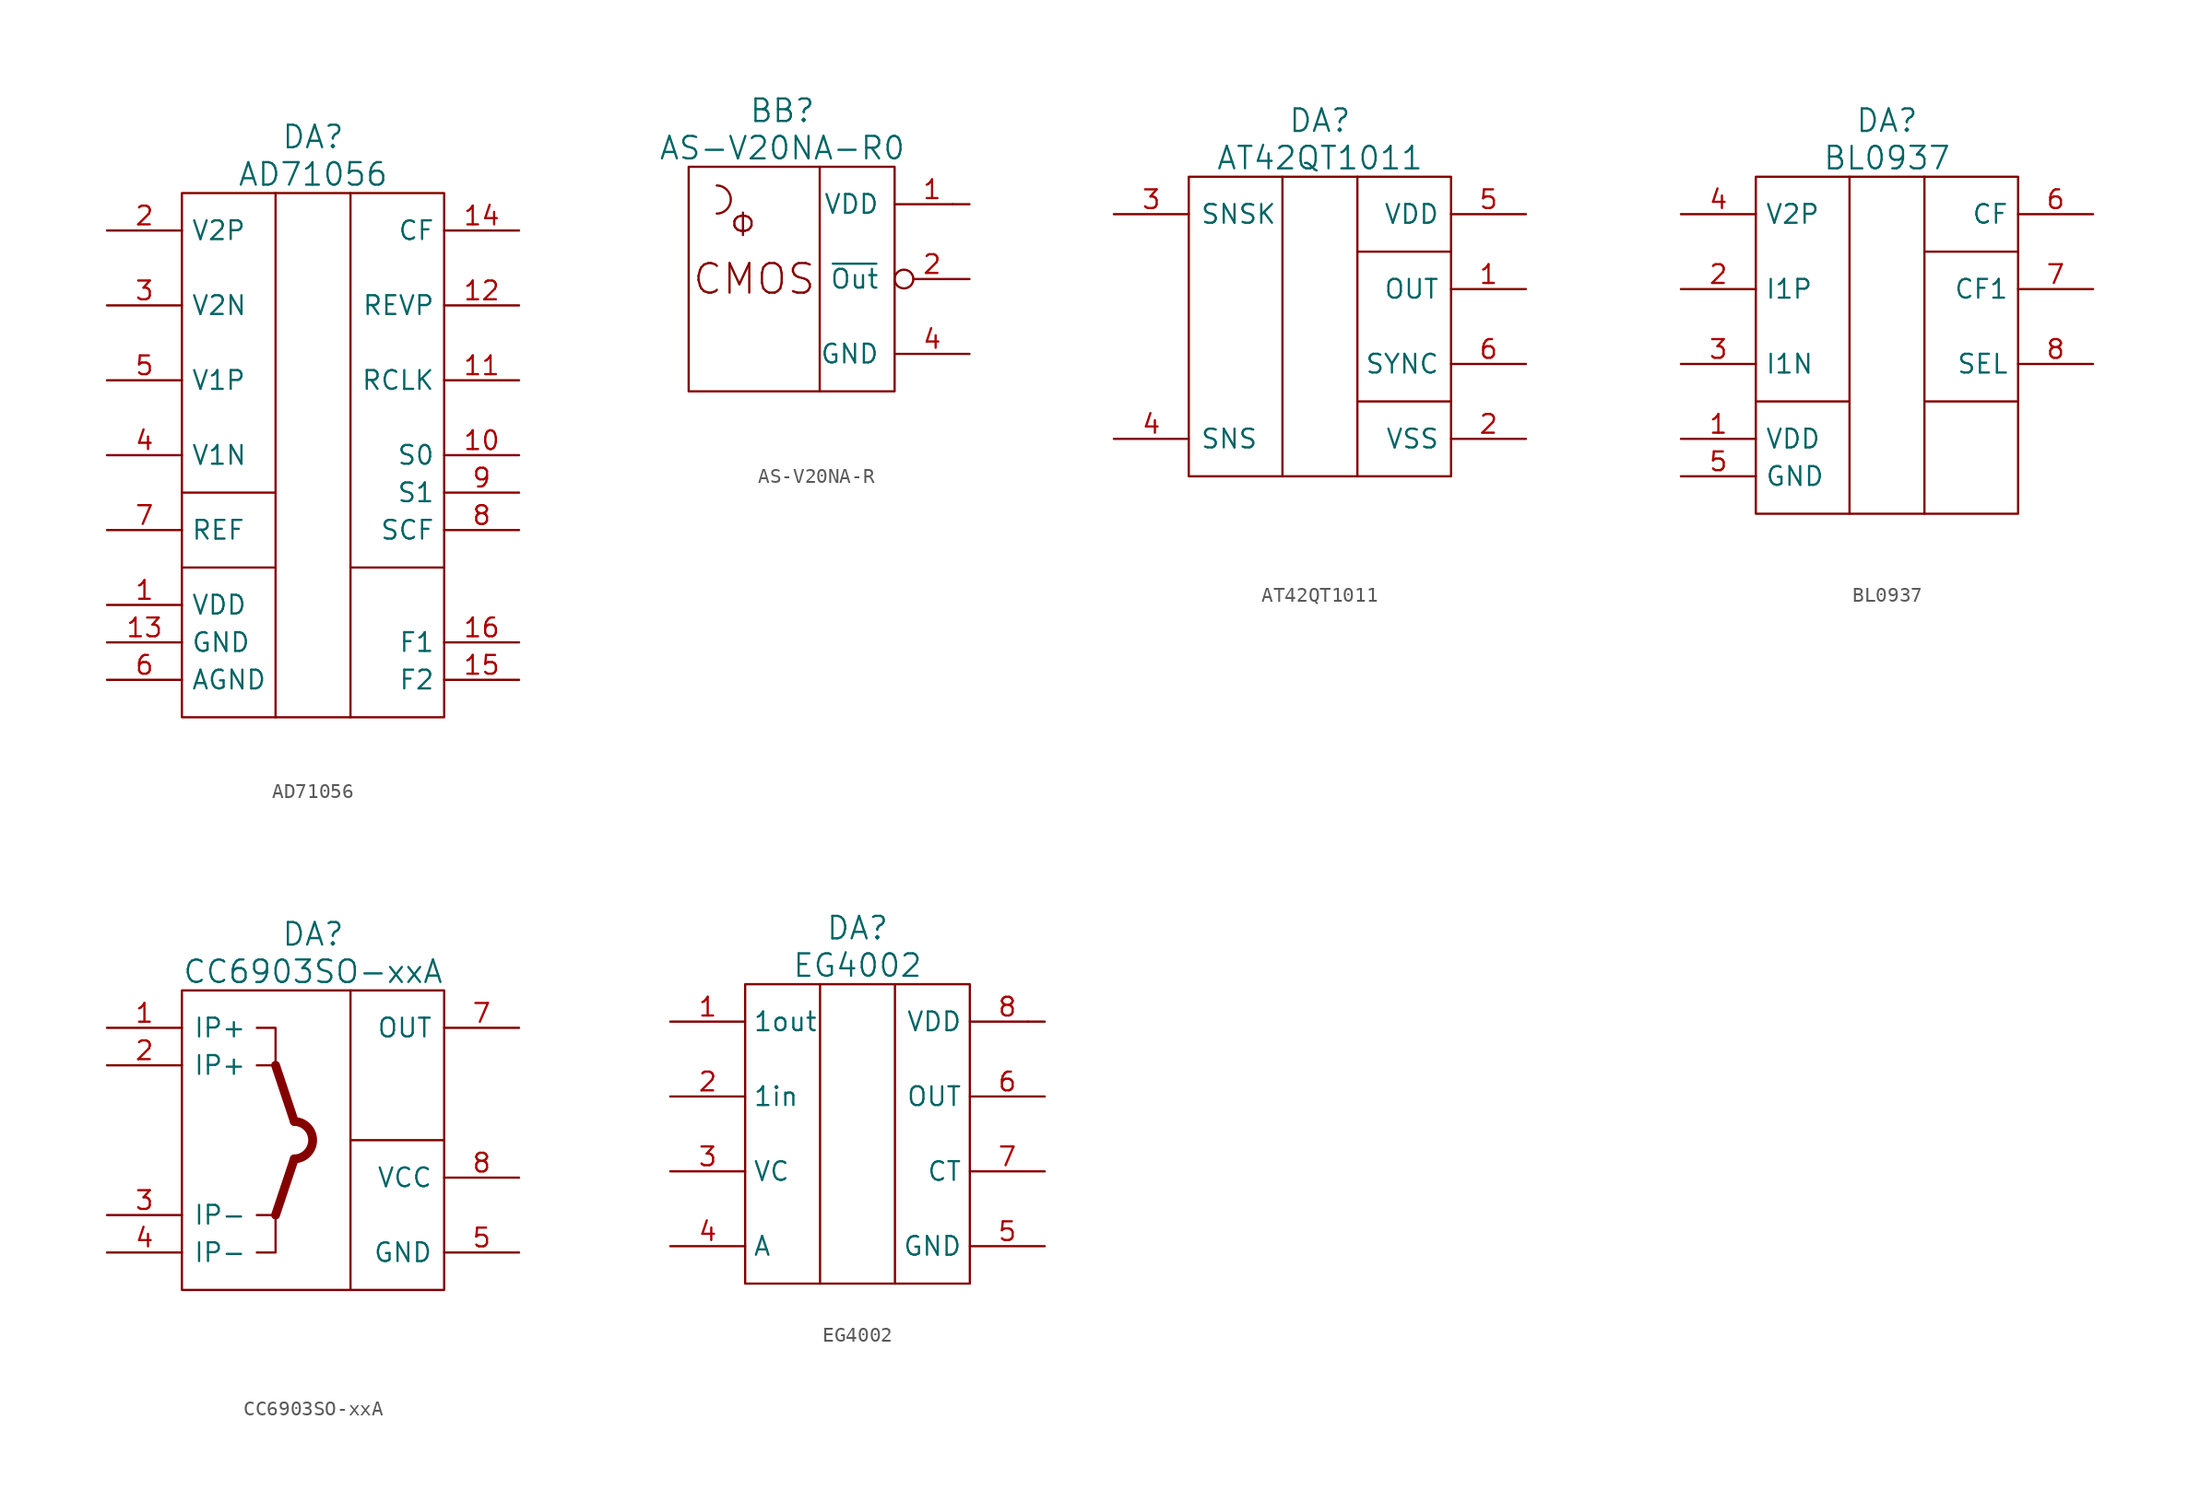
<source format=kicad_sym>
(kicad_symbol_lib
  (version 20220914)
  (generator kicad_symbol_editor)
  (symbol "AD71056"
    (pin_names
      (offset 0.61))
    (property "Reference" "DA"
      (at 0 21.59 0)
      (effects (font (size 1.524 1.524))))
    (property "Value" "AD71056"
      (at 0 19.05 0)
      (effects (font (size 1.524 1.524))))
    (property "Datasheet" ""
      (at 0 -6.35 0)
      (effects (font (size 1.524 1.524))))
    (symbol "AD71056_0_1"
      (rectangle (start -8.89 17.78) (end 8.89 -17.78) (stroke (width 0) (type solid)) (fill (type none)))
      (polyline (pts (xy -8.89 -7.62) (xy -2.54 -7.62)) (stroke (width 0) (type solid)) (fill (type none)))
      (polyline (pts (xy -8.89 -2.54) (xy -2.54 -2.54)) (stroke (width 0) (type solid)) (fill (type none)))
      (polyline (pts (xy -2.54 17.78) (xy -2.54 3.81) (xy -2.54 -17.78)) (stroke (width 0) (type solid)) (fill (type none)))
      (polyline (pts (xy 8.89 -7.62) (xy 2.54 -7.62) (xy 2.54 -7.62)) (stroke (width 0) (type solid)) (fill (type none)))
      (polyline (pts (xy 2.54 -17.78) (xy 2.54 17.78) (xy 2.54 17.78) (xy 2.54 17.78)) (stroke (width 0) (type solid)) (fill (type none))))
    (symbol "AD71056_1_1"
      (pin power_in line (at -13.97 -10.16 0) (length 5.08) (name "VDD" (effects (font (size 1.27 1.27)))) (number "1" (effects (font (size 1.27 1.27)))))
      (pin passive line (at 13.97 0 180) (length 5.08) (name "S0" (effects (font (size 1.27 1.27)))) (number "10" (effects (font (size 1.27 1.27)))))
      (pin input line (at 13.97 5.08 180) (length 5.08) (name "RCLK" (effects (font (size 1.27 1.27)))) (number "11" (effects (font (size 1.27 1.27)))))
      (pin passive line (at 13.97 10.16 180) (length 5.08) (name "REVP" (effects (font (size 1.27 1.27)))) (number "12" (effects (font (size 1.27 1.27)))))
      (pin power_in line (at -13.97 -12.7 0) (length 5.08) (name "GND" (effects (font (size 1.27 1.27)))) (number "13" (effects (font (size 1.27 1.27)))))
      (pin input line (at 13.97 15.24 180) (length 5.08) (name "CF" (effects (font (size 1.27 1.27)))) (number "14" (effects (font (size 1.27 1.27)))))
      (pin output line (at 13.97 -15.24 180) (length 5.08) (name "F2" (effects (font (size 1.27 1.27)))) (number "15" (effects (font (size 1.27 1.27)))))
      (pin output line (at 13.97 -12.7 180) (length 5.08) (name "F1" (effects (font (size 1.27 1.27)))) (number "16" (effects (font (size 1.27 1.27)))))
      (pin passive line (at -13.97 15.24 0) (length 5.08) (name "V2P" (effects (font (size 1.27 1.27)))) (number "2" (effects (font (size 1.27 1.27)))))
      (pin passive line (at -13.97 10.16 0) (length 5.08) (name "V2N" (effects (font (size 1.27 1.27)))) (number "3" (effects (font (size 1.27 1.27)))))
      (pin passive line (at -13.97 0 0) (length 5.08) (name "V1N" (effects (font (size 1.27 1.27)))) (number "4" (effects (font (size 1.27 1.27)))))
      (pin passive line (at -13.97 5.08 0) (length 5.08) (name "V1P" (effects (font (size 1.27 1.27)))) (number "5" (effects (font (size 1.27 1.27)))))
      (pin power_in line (at -13.97 -15.24 0) (length 5.08) (name "AGND" (effects (font (size 1.27 1.27)))) (number "6" (effects (font (size 1.27 1.27)))))
      (pin passive line (at -13.97 -5.08 0) (length 5.08) (name "REF" (effects (font (size 1.27 1.27)))) (number "7" (effects (font (size 1.27 1.27)))))
      (pin passive line (at 13.97 -5.08 180) (length 5.08) (name "SCF" (effects (font (size 1.27 1.27)))) (number "8" (effects (font (size 1.27 1.27)))))
      (pin passive line (at 13.97 -2.54 180) (length 5.08) (name "S1" (effects (font (size 1.27 1.27)))) (number "9" (effects (font (size 1.27 1.27)))))))
  (symbol "AS-V20NA-R"
    (pin_names
      (offset 1.016))
    (property "Reference" "BB"
      (at 0 11.43 0)
      (effects (font (size 1.524 1.524))))
    (property "Value" "AS-V20NA-R0"
      (at 0 8.89 0)
      (effects (font (size 1.524 1.524))))
    (property "Datasheet" ""
      (at -2.921 4.318 0)
      (effects (font (size 1.524 1.524))))
    (symbol "AS-V20NA-R_0_0"
      (polyline (pts (xy 2.54 7.62) (xy 2.54 -7.62)) (stroke (width 0) (type solid)) (fill (type none)))
      (text "CMOS" (at -1.905 0 0) (effects (font (size 2.007 2.007))))
      (text "Ф" (at -2.667 3.683 0) (effects (font (size 1.524 1.524)))))
    (symbol "AS-V20NA-R_0_1"
      (rectangle (start -6.35 7.62) (end 7.62 -7.62) (stroke (width 0) (type solid)) (fill (type none)))
      (arc (start -4.445 4.445) (mid -3.4966 5.3975) (end -4.445 6.35) (stroke (width 0) (type solid)) (fill (type none)))
      (polyline (pts (xy 11.557 5.08) (xy 11.557 5.08)) (stroke (width 0) (type solid)) (fill (type none))))
    (symbol "AS-V20NA-R_1_1"
      (pin power_in line (at 12.7 5.08 180) (length 5.08) (name "VDD" (effects (font (size 1.27 1.27)))) (number "1" (effects (font (size 1.27 1.27)))))
      (pin output inverted (at 12.7 0 180) (length 5.08) (name "~{Out}" (effects (font (size 1.27 1.27)))) (number "2" (effects (font (size 1.27 1.27)))))
      (pin no_connect line (at 12.7 -10.16 180) (length 5.08) hide (name "NC" (effects (font (size 1.27 1.27)))) (number "3" (effects (font (size 1.27 1.27)))))
      (pin power_in line (at 12.7 -5.08 180) (length 5.08) (name "GND" (effects (font (size 1.27 1.27)))) (number "4" (effects (font (size 1.27 1.27)))))))
  (symbol "AT42QT1011"
    (pin_names
      (offset 0.762))
    (property "Reference" "DA"
      (at 0 13.97 0)
      (effects (font (size 1.524 1.524))))
    (property "Value" "AT42QT1011"
      (at 0 11.43 0)
      (effects (font (size 1.524 1.524))))
    (property "Datasheet" ""
      (at 0 -13.97 0)
      (effects (font (size 1.524 1.524))))
    (symbol "AT42QT1011_0_1"
      (rectangle (start -8.89 10.16) (end 8.89 -10.16) (stroke (width 0) (type solid)) (fill (type none)))
      (polyline (pts (xy 2.54 -5.08) (xy 8.89 -5.08)) (stroke (width 0) (type solid)) (fill (type none)))
      (polyline (pts (xy -2.54 10.16) (xy -2.54 -3.81) (xy -2.54 -10.16)) (stroke (width 0) (type solid)) (fill (type none)))
      (polyline (pts (xy 8.89 5.08) (xy 2.54 5.08) (xy 2.54 5.08)) (stroke (width 0) (type solid)) (fill (type none)))
      (polyline (pts (xy 2.54 -10.16) (xy 2.54 10.16) (xy 2.54 10.16) (xy 2.54 10.16)) (stroke (width 0) (type solid)) (fill (type none))))
    (symbol "AT42QT1011_1_1"
      (pin output line (at 13.97 2.54 180) (length 5.08) (name "OUT" (effects (font (size 1.27 1.27)))) (number "1" (effects (font (size 1.27 1.27)))))
      (pin power_in line (at 13.97 -7.62 180) (length 5.08) (name "VSS" (effects (font (size 1.27 1.27)))) (number "2" (effects (font (size 1.27 1.27)))))
      (pin input line (at -13.97 7.62 0) (length 5.08) (name "SNSK" (effects (font (size 1.27 1.27)))) (number "3" (effects (font (size 1.27 1.27)))))
      (pin passive line (at -13.97 -7.62 0) (length 5.08) (name "SNS" (effects (font (size 1.27 1.27)))) (number "4" (effects (font (size 1.27 1.27)))))
      (pin power_in line (at 13.97 7.62 180) (length 5.08) (name "VDD" (effects (font (size 1.27 1.27)))) (number "5" (effects (font (size 1.27 1.27)))))
      (pin input line (at 13.97 -2.54 180) (length 5.08) (name "SYNC" (effects (font (size 1.27 1.27)))) (number "6" (effects (font (size 1.27 1.27)))))))
  (symbol "BL0937"
    (pin_names
      (offset 0.61))
    (property "Reference" "DA"
      (at 0 15.24 0)
      (effects (font (size 1.524 1.524))))
    (property "Value" "BL0937"
      (at 0 12.7 0)
      (effects (font (size 1.524 1.524))))
    (property "Datasheet" ""
      (at 0 -12.7 0)
      (effects (font (size 1.524 1.524))))
    (symbol "BL0937_0_1"
      (rectangle (start -8.89 11.43) (end 8.89 -11.43) (stroke (width 0) (type solid)) (fill (type none)))
      (polyline (pts (xy -8.89 -3.81) (xy -2.54 -3.81)) (stroke (width 0) (type solid)) (fill (type none)))
      (polyline (pts (xy 2.54 6.35) (xy 8.89 6.35)) (stroke (width 0) (type solid)) (fill (type none)))
      (polyline (pts (xy -2.54 11.43) (xy -2.54 -2.54) (xy -2.54 -11.43)) (stroke (width 0) (type solid)) (fill (type none)))
      (polyline (pts (xy 8.89 -3.81) (xy 2.54 -3.81) (xy 2.54 -3.81)) (stroke (width 0) (type solid)) (fill (type none)))
      (polyline (pts (xy 2.54 -11.43) (xy 2.54 11.43) (xy 2.54 11.43) (xy 2.54 11.43)) (stroke (width 0) (type solid)) (fill (type none))))
    (symbol "BL0937_1_1"
      (pin power_in line (at -13.97 -6.35 0) (length 5.08) (name "VDD" (effects (font (size 1.27 1.27)))) (number "1" (effects (font (size 1.27 1.27)))))
      (pin passive line (at -13.97 3.81 0) (length 5.08) (name "I1P" (effects (font (size 1.27 1.27)))) (number "2" (effects (font (size 1.27 1.27)))))
      (pin passive line (at -13.97 -1.27 0) (length 5.08) (name "I1N" (effects (font (size 1.27 1.27)))) (number "3" (effects (font (size 1.27 1.27)))))
      (pin passive line (at -13.97 8.89 0) (length 5.08) (name "V2P" (effects (font (size 1.27 1.27)))) (number "4" (effects (font (size 1.27 1.27)))))
      (pin power_in line (at -13.97 -8.89 0) (length 5.08) (name "GND" (effects (font (size 1.27 1.27)))) (number "5" (effects (font (size 1.27 1.27)))))
      (pin input line (at 13.97 8.89 180) (length 5.08) (name "CF" (effects (font (size 1.27 1.27)))) (number "6" (effects (font (size 1.27 1.27)))))
      (pin passive line (at 13.97 3.81 180) (length 5.08) (name "CF1" (effects (font (size 1.27 1.27)))) (number "7" (effects (font (size 1.27 1.27)))))
      (pin passive line (at 13.97 -1.27 180) (length 5.08) (name "SEL" (effects (font (size 1.27 1.27)))) (number "8" (effects (font (size 1.27 1.27)))))))
  (symbol "CC6903SO-xxA"
    (pin_names
      (offset 0.762))
    (property "Reference" "DA"
      (at 0 13.97 0)
      (effects (font (size 1.524 1.524))))
    (property "Value" "CC6903SO-xxA"
      (at 0 11.43 0)
      (effects (font (size 1.524 1.524))))
    (property "Datasheet" ""
      (at 0 -13.97 0)
      (effects (font (size 1.524 1.524))))
    (symbol "CC6903SO-xxA_0_1"
      (rectangle (start -8.89 10.16) (end 8.89 -10.16) (stroke (width 0) (type solid)) (fill (type none)))
      (polyline (pts (xy 2.54 0) (xy 8.89 0)) (stroke (width 0) (type solid)) (fill (type none)))
      (polyline (pts (xy -3.81 -7.62) (xy -2.54 -7.62) (xy -2.54 -5.08) (xy -3.81 -5.08)) (stroke (width 0) (type default)) (fill (type none)))
      (polyline (pts (xy -3.81 5.08) (xy -2.54 5.08) (xy -2.54 7.62) (xy -3.81 7.62)) (stroke (width 0) (type default)) (fill (type none)))
      (polyline (pts (xy 2.54 -10.16) (xy 2.54 10.16) (xy 2.54 10.16) (xy 2.54 10.16)) (stroke (width 0) (type solid)) (fill (type none))))
    (symbol "CC6903SO-xxA_1_1"
      (arc (start -1.27 -1.27) (mid -0.0273 0) (end -1.27 1.27) (stroke (width 0.6) (type default)) (fill (type none)))
      (polyline (pts (xy -2.54 -5.08) (xy -1.27 -1.27)) (stroke (width 0.6) (type default)) (fill (type none)))
      (polyline (pts (xy -2.54 5.08) (xy -1.27 1.27)) (stroke (width 0.6) (type default)) (fill (type none)))
      (pin passive line (at -13.97 7.62 0) (length 5.08) (name "IP+" (effects (font (size 1.27 1.27)))) (number "1" (effects (font (size 1.27 1.27)))))
      (pin passive line (at -13.97 5.08 0) (length 5.08) (name "IP+" (effects (font (size 1.27 1.27)))) (number "2" (effects (font (size 1.27 1.27)))))
      (pin passive line (at -13.97 -5.08 0) (length 5.08) (name "IP-" (effects (font (size 1.27 1.27)))) (number "3" (effects (font (size 1.27 1.27)))))
      (pin passive line (at -13.97 -7.62 0) (length 5.08) (name "IP-" (effects (font (size 1.27 1.27)))) (number "4" (effects (font (size 1.27 1.27)))))
      (pin power_in line (at 13.97 -7.62 180) (length 5.08) (name "GND" (effects (font (size 1.27 1.27)))) (number "5" (effects (font (size 1.27 1.27)))))
      (pin no_connect line (at 13.97 2.54 180) (length 5.08) hide (name "NC" (effects (font (size 1.27 1.27)))) (number "6" (effects (font (size 1.27 1.27)))))
      (pin output line (at 13.97 7.62 180) (length 5.08) (name "OUT" (effects (font (size 1.27 1.27)))) (number "7" (effects (font (size 1.27 1.27)))))
      (pin power_in line (at 13.97 -2.54 180) (length 5.08) (name "VCC" (effects (font (size 1.27 1.27)))) (number "8" (effects (font (size 1.27 1.27)))))))
  (symbol "EG4002"
    (property "Reference" "DA"
      (at 0 13.97 0)
      (effects (font (size 1.524 1.524))))
    (property "Value" "EG4002"
      (at 0 11.43 0)
      (effects (font (size 1.524 1.524))))
    (property "Datasheet" ""
      (at -10.795 7.62 0)
      (effects (font (size 1.524 1.524))))
    (symbol "EG4002_0_0"
      (polyline (pts (xy -2.54 10.16) (xy -2.54 -10.16)) (stroke (width 0) (type solid)) (fill (type none)))
      (polyline (pts (xy 2.54 10.16) (xy 2.54 -10.16)) (stroke (width 0) (type solid)) (fill (type none))))
    (symbol "EG4002_0_1"
      (rectangle (start -7.62 10.16) (end 7.62 -10.16) (stroke (width 0) (type solid)) (fill (type none)))
      (polyline (pts (xy 11.557 7.62) (xy 11.557 7.62)) (stroke (width 0) (type solid)) (fill (type none))))
    (symbol "EG4002_1_1"
      (pin passive line (at -12.7 7.62 0) (length 5.08) (name "1out" (effects (font (size 1.27 1.27)))) (number "1" (effects (font (size 1.27 1.27)))))
      (pin passive line (at -12.7 2.54 0) (length 5.08) (name "1in" (effects (font (size 1.27 1.27)))) (number "2" (effects (font (size 1.27 1.27)))))
      (pin passive line (at -12.7 -2.54 0) (length 5.08) (name "VC" (effects (font (size 1.27 1.27)))) (number "3" (effects (font (size 1.27 1.27)))))
      (pin passive line (at -12.7 -7.62 0) (length 5.08) (name "A" (effects (font (size 1.27 1.27)))) (number "4" (effects (font (size 1.27 1.27)))))
      (pin power_in line (at 12.7 -7.62 180) (length 5.08) (name "GND" (effects (font (size 1.27 1.27)))) (number "5" (effects (font (size 1.27 1.27)))))
      (pin input line (at 12.7 2.54 180) (length 5.08) (name "OUT" (effects (font (size 1.27 1.27)))) (number "6" (effects (font (size 1.27 1.27)))))
      (pin passive line (at 12.7 -2.54 180) (length 5.08) (name "CT" (effects (font (size 1.27 1.27)))) (number "7" (effects (font (size 1.27 1.27)))))
      (pin power_in line (at 12.7 7.62 180) (length 5.08) (name "VDD" (effects (font (size 1.27 1.27)))) (number "8" (effects (font (size 1.27 1.27))))))))
</source>
